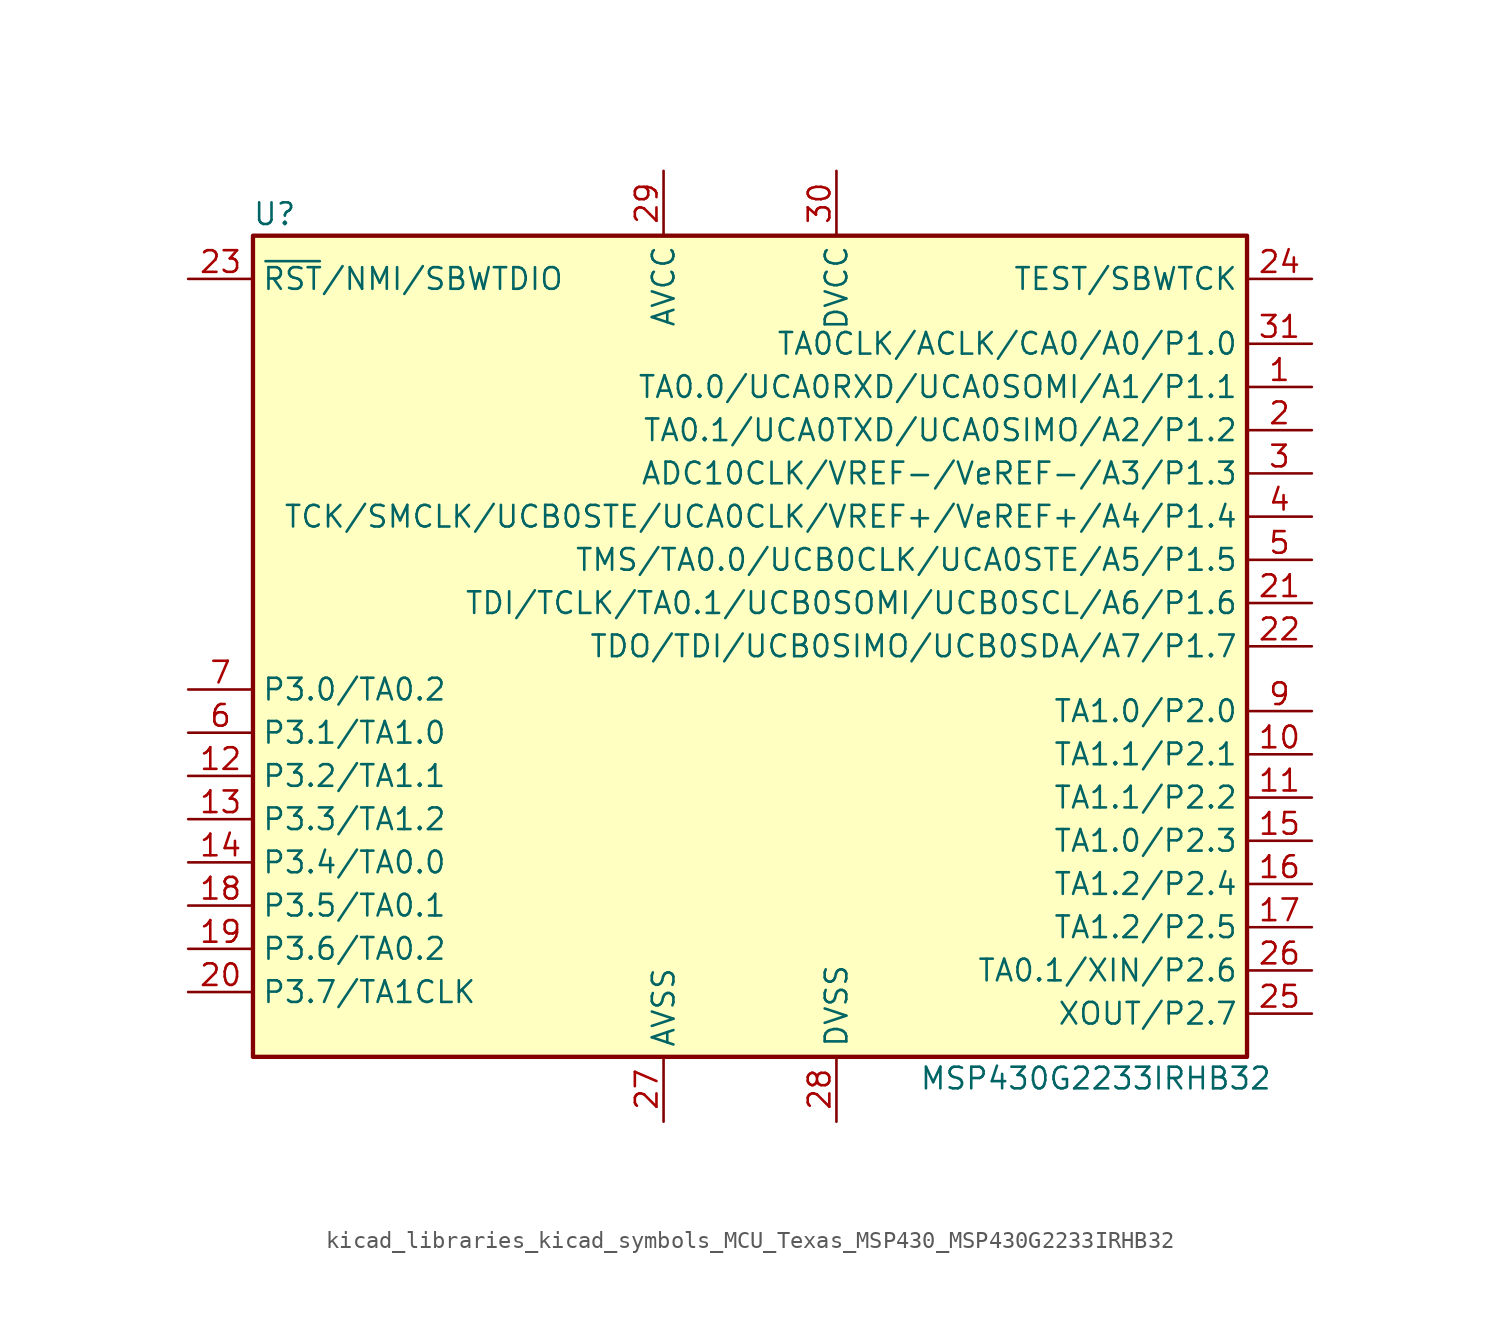
<source format=kicad_sym>
(kicad_symbol_lib
  (version 20220914)
  (generator kicad_symbol_editor)
  (symbol "kicad_libraries_kicad_symbols_MCU_Texas_MSP430_MSP430G2233IRHB32"
    (property "Reference" "U"
      (at -27.94 25.4 0)
      (effects (font (size 1.27 1.27))))
    (property "Value" "MSP430G2233IRHB32"
      (at 20.32 -25.4 0)
      (effects (font (size 1.27 1.27))))
    (symbol "kicad_libraries_kicad_symbols_MCU_Texas_MSP430_MSP430G2233IRHB32_0_1"
      (rectangle (start -29.21 24.13) (end 29.21 -24.13) (stroke (width 0.254) (type default)) (fill (type background))))
    (symbol "kicad_libraries_kicad_symbols_MCU_Texas_MSP430_MSP430G2233IRHB32_1_1"
      (pin bidirectional line (at 33.02 15.24 180) (length 3.81) (name "TA0.0/UCA0RXD/UCA0SOMI/A1/P1.1" (effects (font (size 1.27 1.27)))) (number "1" (effects (font (size 1.27 1.27)))))
      (pin bidirectional line (at 33.02 -6.35 180) (length 3.81) (name "TA1.1/P2.1" (effects (font (size 1.27 1.27)))) (number "10" (effects (font (size 1.27 1.27)))))
      (pin bidirectional line (at 33.02 -8.89 180) (length 3.81) (name "TA1.1/P2.2" (effects (font (size 1.27 1.27)))) (number "11" (effects (font (size 1.27 1.27)))))
      (pin bidirectional line (at -33.02 -7.62 0) (length 3.81) (name "P3.2/TA1.1" (effects (font (size 1.27 1.27)))) (number "12" (effects (font (size 1.27 1.27)))))
      (pin bidirectional line (at -33.02 -10.16 0) (length 3.81) (name "P3.3/TA1.2" (effects (font (size 1.27 1.27)))) (number "13" (effects (font (size 1.27 1.27)))))
      (pin bidirectional line (at -33.02 -12.7 0) (length 3.81) (name "P3.4/TA0.0" (effects (font (size 1.27 1.27)))) (number "14" (effects (font (size 1.27 1.27)))))
      (pin bidirectional line (at 33.02 -11.43 180) (length 3.81) (name "TA1.0/P2.3" (effects (font (size 1.27 1.27)))) (number "15" (effects (font (size 1.27 1.27)))))
      (pin bidirectional line (at 33.02 -13.97 180) (length 3.81) (name "TA1.2/P2.4" (effects (font (size 1.27 1.27)))) (number "16" (effects (font (size 1.27 1.27)))))
      (pin bidirectional line (at 33.02 -16.51 180) (length 3.81) (name "TA1.2/P2.5" (effects (font (size 1.27 1.27)))) (number "17" (effects (font (size 1.27 1.27)))))
      (pin bidirectional line (at -33.02 -15.24 0) (length 3.81) (name "P3.5/TA0.1" (effects (font (size 1.27 1.27)))) (number "18" (effects (font (size 1.27 1.27)))))
      (pin bidirectional line (at -33.02 -17.78 0) (length 3.81) (name "P3.6/TA0.2" (effects (font (size 1.27 1.27)))) (number "19" (effects (font (size 1.27 1.27)))))
      (pin bidirectional line (at 33.02 12.7 180) (length 3.81) (name "TA0.1/UCA0TXD/UCA0SIMO/A2/P1.2" (effects (font (size 1.27 1.27)))) (number "2" (effects (font (size 1.27 1.27)))))
      (pin bidirectional line (at -33.02 -20.32 0) (length 3.81) (name "P3.7/TA1CLK" (effects (font (size 1.27 1.27)))) (number "20" (effects (font (size 1.27 1.27)))))
      (pin bidirectional line (at 33.02 2.54 180) (length 3.81) (name "TDI/TCLK/TA0.1/UCB0SOMI/UCB0SCL/A6/P1.6" (effects (font (size 1.27 1.27)))) (number "21" (effects (font (size 1.27 1.27)))))
      (pin bidirectional line (at 33.02 0 180) (length 3.81) (name "TDO/TDI/UCB0SIMO/UCB0SDA/A7/P1.7" (effects (font (size 1.27 1.27)))) (number "22" (effects (font (size 1.27 1.27)))))
      (pin input line (at -33.02 21.59 0) (length 3.81) (name "~{RST}/NMI/SBWTDIO" (effects (font (size 1.27 1.27)))) (number "23" (effects (font (size 1.27 1.27)))))
      (pin input line (at 33.02 21.59 180) (length 3.81) (name "TEST/SBWTCK" (effects (font (size 1.27 1.27)))) (number "24" (effects (font (size 1.27 1.27)))))
      (pin bidirectional line (at 33.02 -21.59 180) (length 3.81) (name "XOUT/P2.7" (effects (font (size 1.27 1.27)))) (number "25" (effects (font (size 1.27 1.27)))))
      (pin bidirectional line (at 33.02 -19.05 180) (length 3.81) (name "TA0.1/XIN/P2.6" (effects (font (size 1.27 1.27)))) (number "26" (effects (font (size 1.27 1.27)))))
      (pin power_in line (at -5.08 -27.94 90) (length 3.81) (name "AVSS" (effects (font (size 1.27 1.27)))) (number "27" (effects (font (size 1.27 1.27)))))
      (pin power_in line (at 5.08 -27.94 90) (length 3.81) (name "DVSS" (effects (font (size 1.27 1.27)))) (number "28" (effects (font (size 1.27 1.27)))))
      (pin power_in line (at -5.08 27.94 270) (length 3.81) (name "AVCC" (effects (font (size 1.27 1.27)))) (number "29" (effects (font (size 1.27 1.27)))))
      (pin bidirectional line (at 33.02 10.16 180) (length 3.81) (name "ADC10CLK/VREF-/VeREF-/A3/P1.3" (effects (font (size 1.27 1.27)))) (number "3" (effects (font (size 1.27 1.27)))))
      (pin power_in line (at 5.08 27.94 270) (length 3.81) (name "DVCC" (effects (font (size 1.27 1.27)))) (number "30" (effects (font (size 1.27 1.27)))))
      (pin bidirectional line (at 33.02 17.78 180) (length 3.81) (name "TA0CLK/ACLK/CA0/A0/P1.0" (effects (font (size 1.27 1.27)))) (number "31" (effects (font (size 1.27 1.27)))))
      (pin bidirectional line (at 33.02 7.62 180) (length 3.81) (name "TCK/SMCLK/UCB0STE/UCA0CLK/VREF+/VeREF+/A4/P1.4" (effects (font (size 1.27 1.27)))) (number "4" (effects (font (size 1.27 1.27)))))
      (pin bidirectional line (at 33.02 5.08 180) (length 3.81) (name "TMS/TA0.0/UCB0CLK/UCA0STE/A5/P1.5" (effects (font (size 1.27 1.27)))) (number "5" (effects (font (size 1.27 1.27)))))
      (pin bidirectional line (at -33.02 -5.08 0) (length 3.81) (name "P3.1/TA1.0" (effects (font (size 1.27 1.27)))) (number "6" (effects (font (size 1.27 1.27)))))
      (pin bidirectional line (at -33.02 -2.54 0) (length 3.81) (name "P3.0/TA0.2" (effects (font (size 1.27 1.27)))) (number "7" (effects (font (size 1.27 1.27)))))
      (pin bidirectional line (at 33.02 -3.81 180) (length 3.81) (name "TA1.0/P2.0" (effects (font (size 1.27 1.27)))) (number "9" (effects (font (size 1.27 1.27))))))))
</source>
